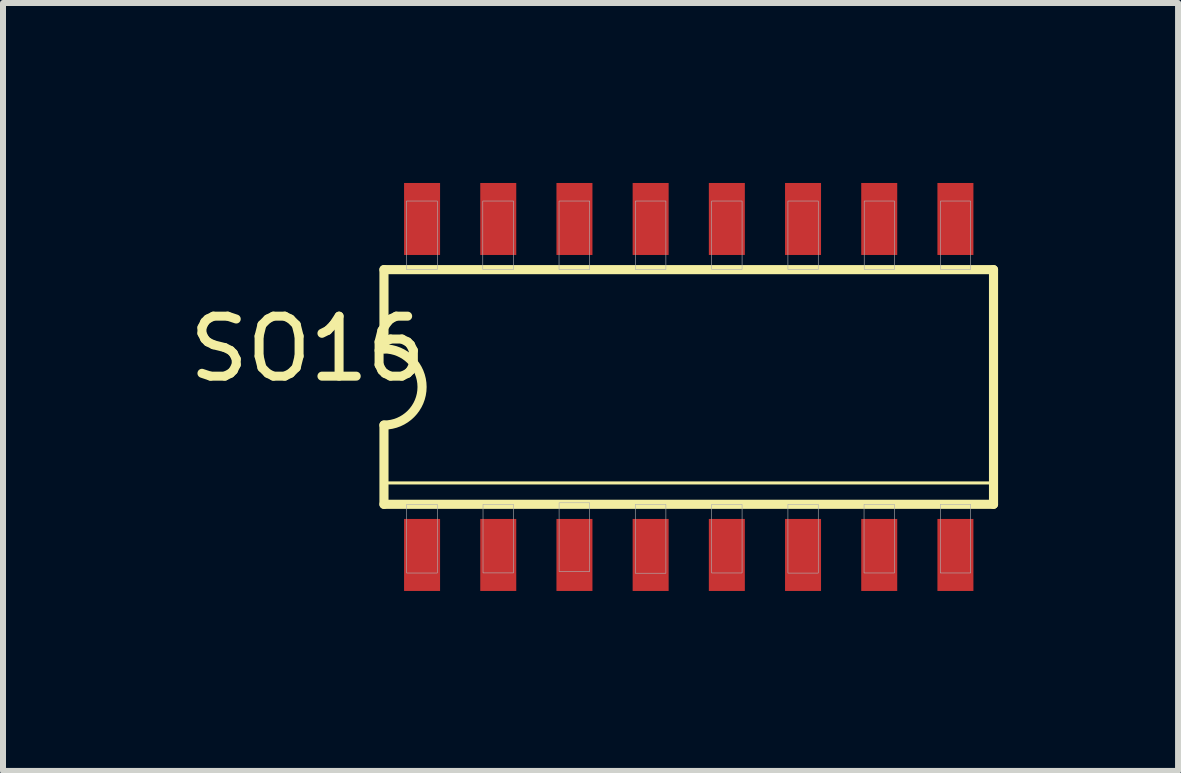
<source format=kicad_pcb>
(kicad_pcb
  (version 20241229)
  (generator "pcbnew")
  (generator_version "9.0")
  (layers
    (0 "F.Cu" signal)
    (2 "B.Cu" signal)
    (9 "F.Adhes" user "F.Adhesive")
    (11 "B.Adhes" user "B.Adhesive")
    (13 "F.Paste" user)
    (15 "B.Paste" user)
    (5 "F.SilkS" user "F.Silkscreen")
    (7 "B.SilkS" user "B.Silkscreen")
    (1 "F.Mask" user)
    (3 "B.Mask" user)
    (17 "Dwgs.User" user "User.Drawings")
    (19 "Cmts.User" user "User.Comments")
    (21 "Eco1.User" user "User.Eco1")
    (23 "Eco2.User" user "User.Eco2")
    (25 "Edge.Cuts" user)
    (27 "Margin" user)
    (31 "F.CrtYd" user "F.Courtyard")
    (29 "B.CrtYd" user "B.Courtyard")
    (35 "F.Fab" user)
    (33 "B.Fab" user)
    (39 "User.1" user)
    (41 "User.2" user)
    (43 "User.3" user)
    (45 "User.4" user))
  (footprint "SO16"
    (layer "F.Cu")
    (at 8.43 3.4)
    (property "Reference" "SO16" (at -6.352 -0.635 180) (layer "F.SilkS") (effects (font (size 1 1) (thickness 0.15))))
    (attr smd)
    (fp_line (start -5.08 -0.635) (end -5.08 -1.956) (stroke (width 0.152) (type solid)) (layer "F.SilkS"))
    (fp_line (start -5.08 1.6) (end 5.08 1.6) (stroke (width 0.051) (type solid)) (layer "F.SilkS"))
    (fp_line (start -5.08 1.956) (end -5.08 0.635) (stroke (width 0.152) (type solid)) (layer "F.SilkS"))
    (fp_line (start -5.08 1.956) (end 5.08 1.956) (stroke (width 0.152) (type solid)) (layer "F.SilkS"))
    (fp_line (start 5.08 -1.956) (end -5.08 -1.956) (stroke (width 0.152) (type solid)) (layer "F.SilkS"))
    (fp_line (start 5.08 1.956) (end 5.08 -1.956) (stroke (width 0.152) (type solid)) (layer "F.SilkS"))
    (fp_arc (start -5.08 -0.635) (mid -4.445 0) (end -5.08 0.635) (stroke (width 0.1524) (type solid)) (layer "F.SilkS"))
    (fp_poly (pts (xy -4.705 -3.099) (xy -4.191 -3.099) (xy -4.191 -1.958) (xy -4.705 -1.958)) (stroke (width 0.01) (type solid)) (fill no) (layer "F.Fab"))
    (fp_poly (pts (xy -4.702 1.956) (xy -4.191 1.956) (xy -4.191 3.101) (xy -4.702 3.101)) (stroke (width 0.01) (type solid)) (fill no) (layer "F.Fab"))
    (fp_poly (pts (xy -3.433 -3.099) (xy -2.921 -3.099) (xy -2.921 -1.958) (xy -3.433 -1.958)) (stroke (width 0.01) (type solid)) (fill no) (layer "F.Fab"))
    (fp_poly (pts (xy -3.429 1.956) (xy -2.921 1.956) (xy -2.921 3.099) (xy -3.429 3.099)) (stroke (width 0.01) (type solid)) (fill no) (layer "F.Fab"))
    (fp_poly (pts (xy -2.162 -3.099) (xy -1.651 -3.099) (xy -1.651 -1.958) (xy -2.162 -1.958)) (stroke (width 0.01) (type solid)) (fill no) (layer "F.Fab"))
    (fp_poly (pts (xy -2.161 1.93) (xy -1.651 1.93) (xy -1.651 3.076) (xy -2.161 3.076)) (stroke (width 0.01) (type solid)) (fill no) (layer "F.Fab"))
    (fp_poly (pts (xy -0.891 1.956) (xy -0.381 1.956) (xy -0.381 3.105) (xy -0.891 3.105)) (stroke (width 0.01) (type solid)) (fill no) (layer "F.Fab"))
    (fp_poly (pts (xy -0.89 -3.099) (xy -0.381 -3.099) (xy -0.381 -1.958) (xy -0.89 -1.958)) (stroke (width 0.01) (type solid)) (fill no) (layer "F.Fab"))
    (fp_poly (pts (xy 0.381 1.956) (xy 0.889 1.956) (xy 0.889 3.1) (xy 0.381 3.1)) (stroke (width 0.01) (type solid)) (fill no) (layer "F.Fab"))
    (fp_poly (pts (xy 0.382 -3.099) (xy 0.889 -3.099) (xy 0.889 -1.959) (xy 0.382 -1.959)) (stroke (width 0.01) (type solid)) (fill no) (layer "F.Fab"))
    (fp_poly (pts (xy 1.653 1.956) (xy 2.159 1.956) (xy 2.159 3.102) (xy 1.653 3.102)) (stroke (width 0.01) (type solid)) (fill no) (layer "F.Fab"))
    (fp_poly (pts (xy 1.653 -3.099) (xy 2.159 -3.099) (xy 2.159 -1.959) (xy 1.653 -1.959)) (stroke (width 0.01) (type solid)) (fill no) (layer "F.Fab"))
    (fp_poly (pts (xy 2.922 1.956) (xy 3.429 1.956) (xy 3.429 3.1) (xy 2.922 3.1)) (stroke (width 0.01) (type solid)) (fill no) (layer "F.Fab"))
    (fp_poly (pts (xy 2.925 -3.099) (xy 3.429 -3.099) (xy 3.429 -1.959) (xy 2.925 -1.959)) (stroke (width 0.01) (type solid)) (fill no) (layer "F.Fab"))
    (fp_poly (pts (xy 4.193 1.956) (xy 4.699 1.956) (xy 4.699 3.1) (xy 4.193 3.1)) (stroke (width 0.01) (type solid)) (fill no) (layer "F.Fab"))
    (fp_poly (pts (xy 4.197 -3.099) (xy 4.699 -3.099) (xy 4.699 -1.958) (xy 4.197 -1.958)) (stroke (width 0.01) (type solid)) (fill no) (layer "F.Fab"))
    (pad "1" smd rect (at -4.445 2.8) (size 0.6 1.2) (layers "F.Cu" "F.Mask" "F.Paste"))
    (pad "2" smd rect (at -3.175 2.8) (size 0.6 1.2) (layers "F.Cu" "F.Mask" "F.Paste"))
    (pad "3" smd rect (at -1.905 2.8) (size 0.6 1.2) (layers "F.Cu" "F.Mask" "F.Paste"))
    (pad "4" smd rect (at -0.635 2.8) (size 0.6 1.2) (layers "F.Cu" "F.Mask" "F.Paste"))
    (pad "5" smd rect (at 0.635 2.8) (size 0.6 1.2) (layers "F.Cu" "F.Mask" "F.Paste"))
    (pad "6" smd rect (at 1.905 2.8) (size 0.6 1.2) (layers "F.Cu" "F.Mask" "F.Paste"))
    (pad "7" smd rect (at 3.175 2.8) (size 0.6 1.2) (layers "F.Cu" "F.Mask" "F.Paste"))
    (pad "8" smd rect (at 4.445 2.8) (size 0.6 1.2) (layers "F.Cu" "F.Mask" "F.Paste"))
    (pad "9" smd rect (at 4.445 -2.8) (size 0.6 1.2) (layers "F.Cu" "F.Mask" "F.Paste"))
    (pad "10" smd rect (at 3.175 -2.8) (size 0.6 1.2) (layers "F.Cu" "F.Mask" "F.Paste"))
    (pad "11" smd rect (at 1.905 -2.8) (size 0.6 1.2) (layers "F.Cu" "F.Mask" "F.Paste"))
    (pad "12" smd rect (at 0.635 -2.8) (size 0.6 1.2) (layers "F.Cu" "F.Mask" "F.Paste"))
    (pad "13" smd rect (at -0.635 -2.8) (size 0.6 1.2) (layers "F.Cu" "F.Mask" "F.Paste"))
    (pad "14" smd rect (at -1.905 -2.8) (size 0.6 1.2) (layers "F.Cu" "F.Mask" "F.Paste"))
    (pad "15" smd rect (at -3.175 -2.8) (size 0.6 1.2) (layers "F.Cu" "F.Mask" "F.Paste"))
    (pad "16" smd rect (at -4.445 -2.8) (size 0.6 1.2) (layers "F.Cu" "F.Mask" "F.Paste")))
  (gr_rect
    (start -3 -3)
    (end 16.586 9.8)
    (stroke (width 0.1) (type default))
    (fill no)
    (layer "Edge.Cuts")))
</source>
